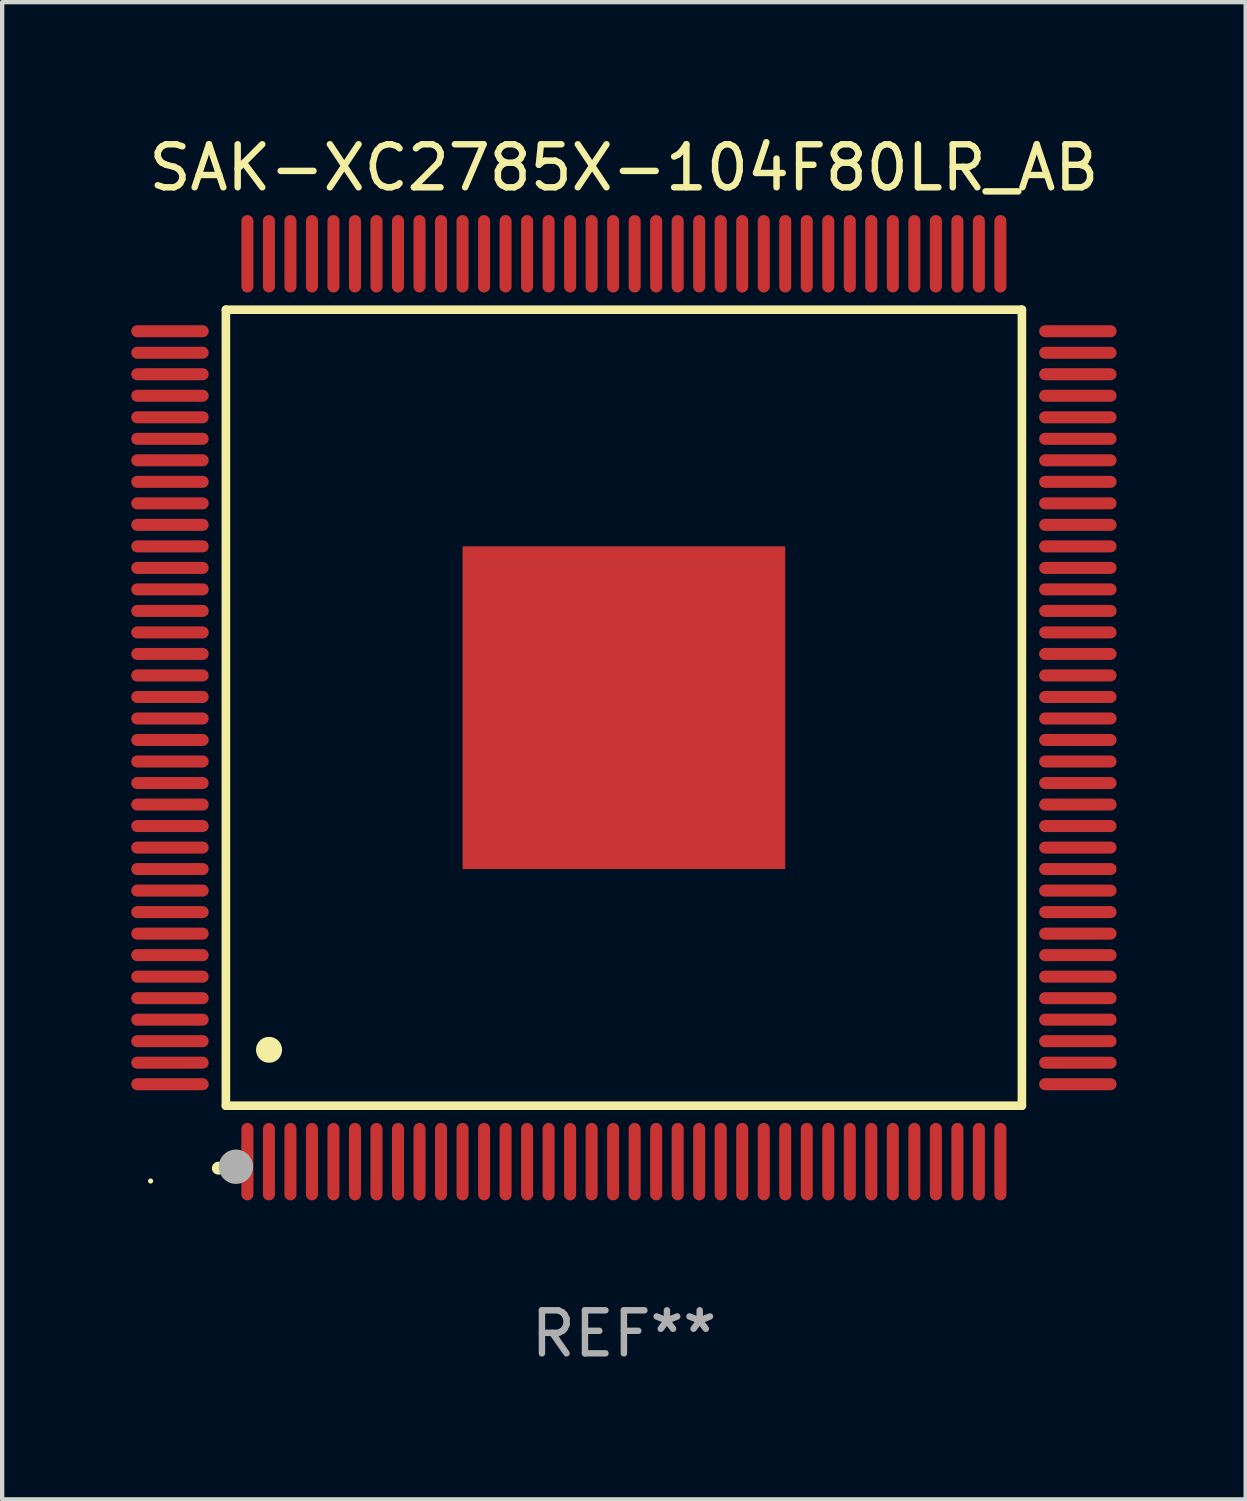
<source format=kicad_pcb>
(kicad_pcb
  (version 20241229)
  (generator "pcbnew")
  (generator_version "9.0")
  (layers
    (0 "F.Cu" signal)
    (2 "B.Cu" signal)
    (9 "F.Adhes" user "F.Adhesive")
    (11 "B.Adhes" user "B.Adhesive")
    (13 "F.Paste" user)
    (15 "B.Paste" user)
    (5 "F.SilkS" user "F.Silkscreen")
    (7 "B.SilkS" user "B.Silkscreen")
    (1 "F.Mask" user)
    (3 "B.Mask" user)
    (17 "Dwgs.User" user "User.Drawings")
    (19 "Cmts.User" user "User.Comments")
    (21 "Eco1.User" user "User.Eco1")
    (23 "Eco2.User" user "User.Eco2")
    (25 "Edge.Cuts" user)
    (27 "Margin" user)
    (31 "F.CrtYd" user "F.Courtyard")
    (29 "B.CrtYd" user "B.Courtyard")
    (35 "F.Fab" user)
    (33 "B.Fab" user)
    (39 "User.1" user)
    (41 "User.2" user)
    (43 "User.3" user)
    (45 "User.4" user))
  (footprint "SAK-XC2785X-104F80LR_AB"
    (layer "F.Cu")
    (at 11.45 13.398)
    (property "Reference" "SAK-XC2785X-104F80LR_AB" (at 0 -12.55 0) (layer "F.SilkS") (effects (font (size 1 1) (thickness 0.15))))
    (attr through_hole)
    (fp_line (start -9.25 -9.25) (end 9.25 -9.25) (stroke (width 0.2) (type solid)) (layer "F.SilkS"))
    (fp_line (start -9.25 9.25) (end -9.25 -9.25) (stroke (width 0.2) (type solid)) (layer "F.SilkS"))
    (fp_line (start 9.25 -9.25) (end 9.25 9.25) (stroke (width 0.2) (type solid)) (layer "F.SilkS"))
    (fp_line (start 9.25 9.25) (end -9.25 9.25) (stroke (width 0.2) (type solid)) (layer "F.SilkS"))
    (fp_arc (start -9.425959 10.701041) (mid -9.424689 10.701036) (end -9.423419 10.701041) (stroke (width 0.3) (type solid)) (layer "F.SilkS"))
    (fp_arc (start -8.249936 7.950216) (mid -8.247396 7.950205) (end -8.244856 7.950216) (stroke (width 0.6) (type solid)) (layer "F.SilkS"))
    (fp_circle (center -11 11) (end -10.97 11) (stroke (width 0.06) (type solid)) (fill no) (layer "F.SilkS"))
    (fp_circle (center -9.017 10.668) (end -8.817 10.668) (stroke (width 0.4) (type solid)) (fill no) (layer "F.Fab"))
    (fp_text user "REF**" (at 0 14.55 0) (layer "F.Fab") (effects (font (size 1 1) (thickness 0.15))))
    (pad "1" smd oval (at -8.75 10.55 180) (size 0.28 1.8) (layers "F.Cu" "F.Mask" "F.Paste"))
    (pad "2" smd oval (at -8.25 10.55 180) (size 0.28 1.8) (layers "F.Cu" "F.Mask" "F.Paste"))
    (pad "3" smd oval (at -7.75 10.55 180) (size 0.28 1.8) (layers "F.Cu" "F.Mask" "F.Paste"))
    (pad "4" smd oval (at -7.25 10.55 180) (size 0.28 1.8) (layers "F.Cu" "F.Mask" "F.Paste"))
    (pad "5" smd oval (at -6.75 10.55 180) (size 0.28 1.8) (layers "F.Cu" "F.Mask" "F.Paste"))
    (pad "6" smd oval (at -6.25 10.55 180) (size 0.28 1.8) (layers "F.Cu" "F.Mask" "F.Paste"))
    (pad "7" smd oval (at -5.75 10.55 180) (size 0.28 1.8) (layers "F.Cu" "F.Mask" "F.Paste"))
    (pad "8" smd oval (at -5.25 10.55 180) (size 0.28 1.8) (layers "F.Cu" "F.Mask" "F.Paste"))
    (pad "9" smd oval (at -4.75 10.55 180) (size 0.28 1.8) (layers "F.Cu" "F.Mask" "F.Paste"))
    (pad "10" smd oval (at -4.25 10.55 180) (size 0.28 1.8) (layers "F.Cu" "F.Mask" "F.Paste"))
    (pad "11" smd oval (at -3.75 10.55 180) (size 0.28 1.8) (layers "F.Cu" "F.Mask" "F.Paste"))
    (pad "12" smd oval (at -3.25 10.55 180) (size 0.28 1.8) (layers "F.Cu" "F.Mask" "F.Paste"))
    (pad "13" smd oval (at -2.75 10.55 180) (size 0.28 1.8) (layers "F.Cu" "F.Mask" "F.Paste"))
    (pad "14" smd oval (at -2.25 10.55 180) (size 0.28 1.8) (layers "F.Cu" "F.Mask" "F.Paste"))
    (pad "15" smd oval (at -1.75 10.55 180) (size 0.28 1.8) (layers "F.Cu" "F.Mask" "F.Paste"))
    (pad "16" smd oval (at -1.25 10.55 180) (size 0.28 1.8) (layers "F.Cu" "F.Mask" "F.Paste"))
    (pad "17" smd oval (at -0.75 10.55 180) (size 0.28 1.8) (layers "F.Cu" "F.Mask" "F.Paste"))
    (pad "18" smd oval (at -0.25 10.55 180) (size 0.28 1.8) (layers "F.Cu" "F.Mask" "F.Paste"))
    (pad "19" smd oval (at 0.25 10.55 180) (size 0.28 1.8) (layers "F.Cu" "F.Mask" "F.Paste"))
    (pad "20" smd oval (at 0.75 10.55 180) (size 0.28 1.8) (layers "F.Cu" "F.Mask" "F.Paste"))
    (pad "21" smd oval (at 1.25 10.55 180) (size 0.28 1.8) (layers "F.Cu" "F.Mask" "F.Paste"))
    (pad "22" smd oval (at 1.75 10.55 180) (size 0.28 1.8) (layers "F.Cu" "F.Mask" "F.Paste"))
    (pad "23" smd oval (at 2.25 10.55 180) (size 0.28 1.8) (layers "F.Cu" "F.Mask" "F.Paste"))
    (pad "24" smd oval (at 2.75 10.55 180) (size 0.28 1.8) (layers "F.Cu" "F.Mask" "F.Paste"))
    (pad "25" smd oval (at 3.25 10.55 180) (size 0.28 1.8) (layers "F.Cu" "F.Mask" "F.Paste"))
    (pad "26" smd oval (at 3.75 10.55 180) (size 0.28 1.8) (layers "F.Cu" "F.Mask" "F.Paste"))
    (pad "27" smd oval (at 4.25 10.55 180) (size 0.28 1.8) (layers "F.Cu" "F.Mask" "F.Paste"))
    (pad "28" smd oval (at 4.75 10.55 180) (size 0.28 1.8) (layers "F.Cu" "F.Mask" "F.Paste"))
    (pad "29" smd oval (at 5.25 10.55 180) (size 0.28 1.8) (layers "F.Cu" "F.Mask" "F.Paste"))
    (pad "30" smd oval (at 5.75 10.55 180) (size 0.28 1.8) (layers "F.Cu" "F.Mask" "F.Paste"))
    (pad "31" smd oval (at 6.25 10.55 180) (size 0.28 1.8) (layers "F.Cu" "F.Mask" "F.Paste"))
    (pad "32" smd oval (at 6.75 10.55 180) (size 0.28 1.8) (layers "F.Cu" "F.Mask" "F.Paste"))
    (pad "33" smd oval (at 7.25 10.55 180) (size 0.28 1.8) (layers "F.Cu" "F.Mask" "F.Paste"))
    (pad "34" smd oval (at 7.75 10.55 180) (size 0.28 1.8) (layers "F.Cu" "F.Mask" "F.Paste"))
    (pad "35" smd oval (at 8.25 10.55 180) (size 0.28 1.8) (layers "F.Cu" "F.Mask" "F.Paste"))
    (pad "36" smd oval (at 8.75 10.55 180) (size 0.28 1.8) (layers "F.Cu" "F.Mask" "F.Paste"))
    (pad "37" smd oval (at 10.55 8.75 90) (size 0.28 1.8) (layers "F.Cu" "F.Mask" "F.Paste"))
    (pad "38" smd oval (at 10.55 8.25 90) (size 0.28 1.8) (layers "F.Cu" "F.Mask" "F.Paste"))
    (pad "39" smd oval (at 10.55 7.75 90) (size 0.28 1.8) (layers "F.Cu" "F.Mask" "F.Paste"))
    (pad "40" smd oval (at 10.55 7.25 90) (size 0.28 1.8) (layers "F.Cu" "F.Mask" "F.Paste"))
    (pad "41" smd oval (at 10.55 6.75 90) (size 0.28 1.8) (layers "F.Cu" "F.Mask" "F.Paste"))
    (pad "42" smd oval (at 10.55 6.25 90) (size 0.28 1.8) (layers "F.Cu" "F.Mask" "F.Paste"))
    (pad "43" smd oval (at 10.55 5.75 90) (size 0.28 1.8) (layers "F.Cu" "F.Mask" "F.Paste"))
    (pad "44" smd oval (at 10.55 5.25 90) (size 0.28 1.8) (layers "F.Cu" "F.Mask" "F.Paste"))
    (pad "45" smd oval (at 10.55 4.75 90) (size 0.28 1.8) (layers "F.Cu" "F.Mask" "F.Paste"))
    (pad "46" smd oval (at 10.55 4.25 90) (size 0.28 1.8) (layers "F.Cu" "F.Mask" "F.Paste"))
    (pad "47" smd oval (at 10.55 3.75 90) (size 0.28 1.8) (layers "F.Cu" "F.Mask" "F.Paste"))
    (pad "48" smd oval (at 10.55 3.25 90) (size 0.28 1.8) (layers "F.Cu" "F.Mask" "F.Paste"))
    (pad "49" smd oval (at 10.55 2.75 90) (size 0.28 1.8) (layers "F.Cu" "F.Mask" "F.Paste"))
    (pad "50" smd oval (at 10.55 2.25 90) (size 0.28 1.8) (layers "F.Cu" "F.Mask" "F.Paste"))
    (pad "51" smd oval (at 10.55 1.75 90) (size 0.28 1.8) (layers "F.Cu" "F.Mask" "F.Paste"))
    (pad "52" smd oval (at 10.55 1.25 90) (size 0.28 1.8) (layers "F.Cu" "F.Mask" "F.Paste"))
    (pad "53" smd oval (at 10.55 0.75 90) (size 0.28 1.8) (layers "F.Cu" "F.Mask" "F.Paste"))
    (pad "54" smd oval (at 10.55 0.25 90) (size 0.28 1.8) (layers "F.Cu" "F.Mask" "F.Paste"))
    (pad "55" smd oval (at 10.55 -0.25 90) (size 0.28 1.8) (layers "F.Cu" "F.Mask" "F.Paste"))
    (pad "56" smd oval (at 10.55 -0.75 90) (size 0.28 1.8) (layers "F.Cu" "F.Mask" "F.Paste"))
    (pad "57" smd oval (at 10.55 -1.25 90) (size 0.28 1.8) (layers "F.Cu" "F.Mask" "F.Paste"))
    (pad "58" smd oval (at 10.55 -1.75 90) (size 0.28 1.8) (layers "F.Cu" "F.Mask" "F.Paste"))
    (pad "59" smd oval (at 10.55 -2.25 90) (size 0.28 1.8) (layers "F.Cu" "F.Mask" "F.Paste"))
    (pad "60" smd oval (at 10.55 -2.75 90) (size 0.28 1.8) (layers "F.Cu" "F.Mask" "F.Paste"))
    (pad "61" smd oval (at 10.55 -3.25 90) (size 0.28 1.8) (layers "F.Cu" "F.Mask" "F.Paste"))
    (pad "62" smd oval (at 10.55 -3.75 90) (size 0.28 1.8) (layers "F.Cu" "F.Mask" "F.Paste"))
    (pad "63" smd oval (at 10.55 -4.25 90) (size 0.28 1.8) (layers "F.Cu" "F.Mask" "F.Paste"))
    (pad "64" smd oval (at 10.55 -4.75 90) (size 0.28 1.8) (layers "F.Cu" "F.Mask" "F.Paste"))
    (pad "65" smd oval (at 10.55 -5.25 90) (size 0.28 1.8) (layers "F.Cu" "F.Mask" "F.Paste"))
    (pad "66" smd oval (at 10.55 -5.75 90) (size 0.28 1.8) (layers "F.Cu" "F.Mask" "F.Paste"))
    (pad "67" smd oval (at 10.55 -6.25 90) (size 0.28 1.8) (layers "F.Cu" "F.Mask" "F.Paste"))
    (pad "68" smd oval (at 10.55 -6.75 90) (size 0.28 1.8) (layers "F.Cu" "F.Mask" "F.Paste"))
    (pad "69" smd oval (at 10.55 -7.25 90) (size 0.28 1.8) (layers "F.Cu" "F.Mask" "F.Paste"))
    (pad "70" smd oval (at 10.55 -7.75 90) (size 0.28 1.8) (layers "F.Cu" "F.Mask" "F.Paste"))
    (pad "71" smd oval (at 10.55 -8.25 90) (size 0.28 1.8) (layers "F.Cu" "F.Mask" "F.Paste"))
    (pad "72" smd oval (at 10.55 -8.75 90) (size 0.28 1.8) (layers "F.Cu" "F.Mask" "F.Paste"))
    (pad "73" smd oval (at 8.75 -10.55 180) (size 0.28 1.8) (layers "F.Cu" "F.Mask" "F.Paste"))
    (pad "74" smd oval (at 8.25 -10.55 180) (size 0.28 1.8) (layers "F.Cu" "F.Mask" "F.Paste"))
    (pad "75" smd oval (at 7.75 -10.55 180) (size 0.28 1.8) (layers "F.Cu" "F.Mask" "F.Paste"))
    (pad "76" smd oval (at 7.25 -10.55 180) (size 0.28 1.8) (layers "F.Cu" "F.Mask" "F.Paste"))
    (pad "77" smd oval (at 6.75 -10.55 180) (size 0.28 1.8) (layers "F.Cu" "F.Mask" "F.Paste"))
    (pad "78" smd oval (at 6.25 -10.55 180) (size 0.28 1.8) (layers "F.Cu" "F.Mask" "F.Paste"))
    (pad "79" smd oval (at 5.75 -10.55 180) (size 0.28 1.8) (layers "F.Cu" "F.Mask" "F.Paste"))
    (pad "80" smd oval (at 5.25 -10.55 180) (size 0.28 1.8) (layers "F.Cu" "F.Mask" "F.Paste"))
    (pad "81" smd oval (at 4.75 -10.55 180) (size 0.28 1.8) (layers "F.Cu" "F.Mask" "F.Paste"))
    (pad "82" smd oval (at 4.25 -10.55 180) (size 0.28 1.8) (layers "F.Cu" "F.Mask" "F.Paste"))
    (pad "83" smd oval (at 3.75 -10.55 180) (size 0.28 1.8) (layers "F.Cu" "F.Mask" "F.Paste"))
    (pad "84" smd oval (at 3.25 -10.55 180) (size 0.28 1.8) (layers "F.Cu" "F.Mask" "F.Paste"))
    (pad "85" smd oval (at 2.75 -10.55 180) (size 0.28 1.8) (layers "F.Cu" "F.Mask" "F.Paste"))
    (pad "86" smd oval (at 2.25 -10.55 180) (size 0.28 1.8) (layers "F.Cu" "F.Mask" "F.Paste"))
    (pad "87" smd oval (at 1.75 -10.55 180) (size 0.28 1.8) (layers "F.Cu" "F.Mask" "F.Paste"))
    (pad "88" smd oval (at 1.25 -10.55 180) (size 0.28 1.8) (layers "F.Cu" "F.Mask" "F.Paste"))
    (pad "89" smd oval (at 0.75 -10.55 180) (size 0.28 1.8) (layers "F.Cu" "F.Mask" "F.Paste"))
    (pad "90" smd oval (at 0.25 -10.55 180) (size 0.28 1.8) (layers "F.Cu" "F.Mask" "F.Paste"))
    (pad "91" smd oval (at -0.25 -10.55 180) (size 0.28 1.8) (layers "F.Cu" "F.Mask" "F.Paste"))
    (pad "92" smd oval (at -0.75 -10.55 180) (size 0.28 1.8) (layers "F.Cu" "F.Mask" "F.Paste"))
    (pad "93" smd oval (at -1.25 -10.55 180) (size 0.28 1.8) (layers "F.Cu" "F.Mask" "F.Paste"))
    (pad "94" smd oval (at -1.75 -10.55 180) (size 0.28 1.8) (layers "F.Cu" "F.Mask" "F.Paste"))
    (pad "95" smd oval (at -2.25 -10.55 180) (size 0.28 1.8) (layers "F.Cu" "F.Mask" "F.Paste"))
    (pad "96" smd oval (at -2.75 -10.55 180) (size 0.28 1.8) (layers "F.Cu" "F.Mask" "F.Paste"))
    (pad "97" smd oval (at -3.25 -10.55 180) (size 0.28 1.8) (layers "F.Cu" "F.Mask" "F.Paste"))
    (pad "98" smd oval (at -3.75 -10.55 180) (size 0.28 1.8) (layers "F.Cu" "F.Mask" "F.Paste"))
    (pad "99" smd oval (at -4.25 -10.55 180) (size 0.28 1.8) (layers "F.Cu" "F.Mask" "F.Paste"))
    (pad "100" smd oval (at -4.75 -10.55 180) (size 0.28 1.8) (layers "F.Cu" "F.Mask" "F.Paste"))
    (pad "101" smd oval (at -5.25 -10.55 180) (size 0.28 1.8) (layers "F.Cu" "F.Mask" "F.Paste"))
    (pad "102" smd oval (at -5.75 -10.55 180) (size 0.28 1.8) (layers "F.Cu" "F.Mask" "F.Paste"))
    (pad "103" smd oval (at -6.25 -10.55 180) (size 0.28 1.8) (layers "F.Cu" "F.Mask" "F.Paste"))
    (pad "104" smd oval (at -6.75 -10.55 180) (size 0.28 1.8) (layers "F.Cu" "F.Mask" "F.Paste"))
    (pad "105" smd oval (at -7.25 -10.55 180) (size 0.28 1.8) (layers "F.Cu" "F.Mask" "F.Paste"))
    (pad "106" smd oval (at -7.75 -10.55 180) (size 0.28 1.8) (layers "F.Cu" "F.Mask" "F.Paste"))
    (pad "107" smd oval (at -8.25 -10.55 180) (size 0.28 1.8) (layers "F.Cu" "F.Mask" "F.Paste"))
    (pad "108" smd oval (at -8.75 -10.55 180) (size 0.28 1.8) (layers "F.Cu" "F.Mask" "F.Paste"))
    (pad "109" smd oval (at -10.55 -8.75 90) (size 0.28 1.8) (layers "F.Cu" "F.Mask" "F.Paste"))
    (pad "110" smd oval (at -10.55 -8.25 90) (size 0.28 1.8) (layers "F.Cu" "F.Mask" "F.Paste"))
    (pad "111" smd oval (at -10.55 -7.75 90) (size 0.28 1.8) (layers "F.Cu" "F.Mask" "F.Paste"))
    (pad "112" smd oval (at -10.55 -7.25 90) (size 0.28 1.8) (layers "F.Cu" "F.Mask" "F.Paste"))
    (pad "113" smd oval (at -10.55 -6.75 90) (size 0.28 1.8) (layers "F.Cu" "F.Mask" "F.Paste"))
    (pad "114" smd oval (at -10.55 -6.25 90) (size 0.28 1.8) (layers "F.Cu" "F.Mask" "F.Paste"))
    (pad "115" smd oval (at -10.55 -5.75 90) (size 0.28 1.8) (layers "F.Cu" "F.Mask" "F.Paste"))
    (pad "116" smd oval (at -10.55 -5.25 90) (size 0.28 1.8) (layers "F.Cu" "F.Mask" "F.Paste"))
    (pad "117" smd oval (at -10.55 -4.75 90) (size 0.28 1.8) (layers "F.Cu" "F.Mask" "F.Paste"))
    (pad "118" smd oval (at -10.55 -4.25 90) (size 0.28 1.8) (layers "F.Cu" "F.Mask" "F.Paste"))
    (pad "119" smd oval (at -10.55 -3.75 90) (size 0.28 1.8) (layers "F.Cu" "F.Mask" "F.Paste"))
    (pad "120" smd oval (at -10.55 -3.25 90) (size 0.28 1.8) (layers "F.Cu" "F.Mask" "F.Paste"))
    (pad "121" smd oval (at -10.55 -2.75 90) (size 0.28 1.8) (layers "F.Cu" "F.Mask" "F.Paste"))
    (pad "122" smd oval (at -10.55 -2.25 90) (size 0.28 1.8) (layers "F.Cu" "F.Mask" "F.Paste"))
    (pad "123" smd oval (at -10.55 -1.75 90) (size 0.28 1.8) (layers "F.Cu" "F.Mask" "F.Paste"))
    (pad "124" smd oval (at -10.55 -1.25 90) (size 0.28 1.8) (layers "F.Cu" "F.Mask" "F.Paste"))
    (pad "125" smd oval (at -10.55 -0.75 90) (size 0.28 1.8) (layers "F.Cu" "F.Mask" "F.Paste"))
    (pad "126" smd oval (at -10.55 -0.25 90) (size 0.28 1.8) (layers "F.Cu" "F.Mask" "F.Paste"))
    (pad "127" smd oval (at -10.55 0.25 90) (size 0.28 1.8) (layers "F.Cu" "F.Mask" "F.Paste"))
    (pad "128" smd oval (at -10.55 0.75 90) (size 0.28 1.8) (layers "F.Cu" "F.Mask" "F.Paste"))
    (pad "129" smd oval (at -10.55 1.25 90) (size 0.28 1.8) (layers "F.Cu" "F.Mask" "F.Paste"))
    (pad "130" smd oval (at -10.55 1.75 90) (size 0.28 1.8) (layers "F.Cu" "F.Mask" "F.Paste"))
    (pad "131" smd oval (at -10.55 2.25 90) (size 0.28 1.8) (layers "F.Cu" "F.Mask" "F.Paste"))
    (pad "132" smd oval (at -10.55 2.75 90) (size 0.28 1.8) (layers "F.Cu" "F.Mask" "F.Paste"))
    (pad "133" smd oval (at -10.55 3.25 90) (size 0.28 1.8) (layers "F.Cu" "F.Mask" "F.Paste"))
    (pad "134" smd oval (at -10.55 3.75 90) (size 0.28 1.8) (layers "F.Cu" "F.Mask" "F.Paste"))
    (pad "135" smd oval (at -10.55 4.25 90) (size 0.28 1.8) (layers "F.Cu" "F.Mask" "F.Paste"))
    (pad "136" smd oval (at -10.55 4.75 90) (size 0.28 1.8) (layers "F.Cu" "F.Mask" "F.Paste"))
    (pad "137" smd oval (at -10.55 5.25 90) (size 0.28 1.8) (layers "F.Cu" "F.Mask" "F.Paste"))
    (pad "138" smd oval (at -10.55 5.75 90) (size 0.28 1.8) (layers "F.Cu" "F.Mask" "F.Paste"))
    (pad "139" smd oval (at -10.55 6.25 90) (size 0.28 1.8) (layers "F.Cu" "F.Mask" "F.Paste"))
    (pad "140" smd oval (at -10.55 6.75 90) (size 0.28 1.8) (layers "F.Cu" "F.Mask" "F.Paste"))
    (pad "141" smd oval (at -10.55 7.25 90) (size 0.28 1.8) (layers "F.Cu" "F.Mask" "F.Paste"))
    (pad "142" smd oval (at -10.55 7.75 90) (size 0.28 1.8) (layers "F.Cu" "F.Mask" "F.Paste"))
    (pad "143" smd oval (at -10.55 8.25 90) (size 0.28 1.8) (layers "F.Cu" "F.Mask" "F.Paste"))
    (pad "144" smd oval (at -10.55 8.75 90) (size 0.28 1.8) (layers "F.Cu" "F.Mask" "F.Paste"))
    (pad "145" smd rect (at 0 0 90) (size 7.5 7.5) (layers "F.Cu" "F.Mask" "F.Paste")))
  (gr_rect
    (start -3 -3)
    (end 25.9 31.796)
    (stroke (width 0.1) (type default))
    (fill no)
    (layer "Edge.Cuts")))
</source>
